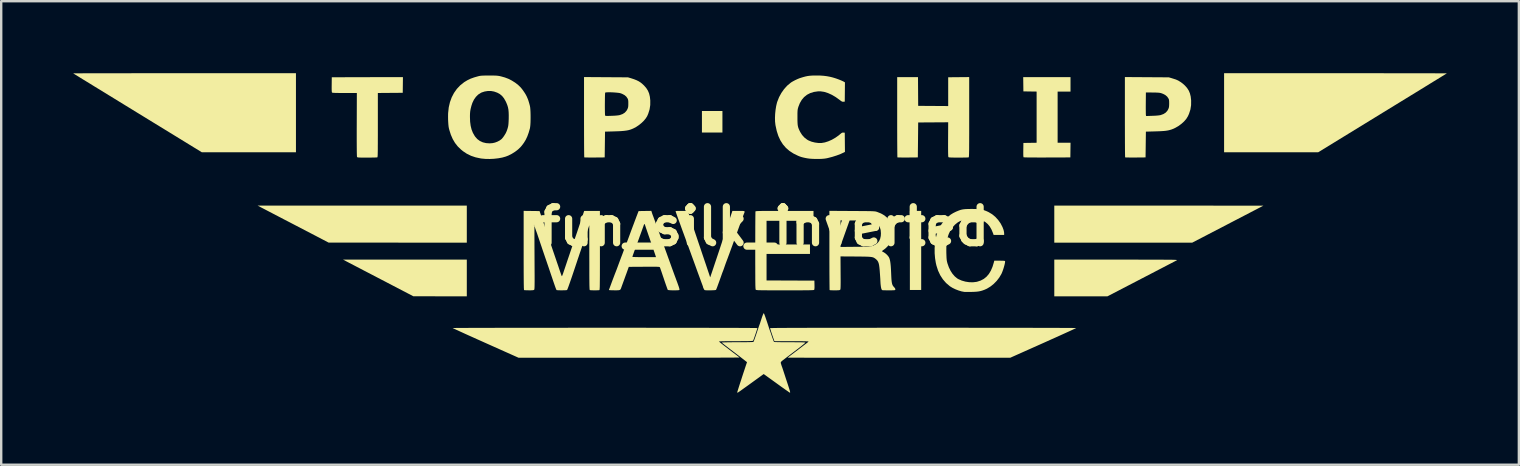
<source format=kicad_pcb>
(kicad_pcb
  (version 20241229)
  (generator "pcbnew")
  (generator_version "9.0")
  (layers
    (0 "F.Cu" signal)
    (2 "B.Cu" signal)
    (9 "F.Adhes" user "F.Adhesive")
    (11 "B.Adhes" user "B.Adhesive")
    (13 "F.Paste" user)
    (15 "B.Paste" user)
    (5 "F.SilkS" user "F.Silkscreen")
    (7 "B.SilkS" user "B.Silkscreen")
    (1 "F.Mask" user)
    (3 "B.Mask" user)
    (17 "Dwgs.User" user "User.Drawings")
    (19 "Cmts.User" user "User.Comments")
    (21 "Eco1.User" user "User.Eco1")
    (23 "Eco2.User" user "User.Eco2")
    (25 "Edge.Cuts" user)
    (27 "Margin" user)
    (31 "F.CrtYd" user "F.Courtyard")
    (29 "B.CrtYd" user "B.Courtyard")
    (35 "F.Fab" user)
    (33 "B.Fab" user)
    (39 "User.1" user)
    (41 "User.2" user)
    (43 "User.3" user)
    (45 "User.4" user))
  (footprint "fun_silk_inverted"
    (layer "F.Cu")
    (at 28.781 6.383)
    (property "Reference" "fun_silk_inverted" (at 0 0 0) (layer "F.SilkS") (effects (font (size 1.5 1.5) (thickness 0.3))))
    (attr board_only exclude_from_pos_files exclude_from_bom)
    (fp_poly (pts (xy -1.735 -4.361) (xy -1.735 -3.912) (xy -2.162 -3.912) (xy -2.589 -3.912) (xy -2.589 -4.361) (xy -2.589 -4.809) (xy -2.162 -4.809) (xy -1.735 -4.809)) (stroke (width 0) (type solid)) (fill yes) (layer "F.SilkS"))
    (fp_poly (pts (xy 6.545 1) (xy 6.545 2.647) (xy 6.31 2.647) (xy 6.074 2.647) (xy 6.074 1) (xy 6.074 -0.647) (xy 6.31 -0.647) (xy 6.545 -0.647)) (stroke (width 0) (type solid)) (fill yes) (layer "F.SilkS"))
    (fp_poly (pts (xy -12.384 -0.096) (xy -12.384 0.677) (xy -15.263 0.675) (xy -18.142 0.673) (xy -19.48 -0.024) (xy -19.668 -0.122) (xy -19.851 -0.217) (xy -20.027 -0.308) (xy -20.193 -0.395) (xy -20.349 -0.476) (xy -20.492 -0.551) (xy -20.619 -0.617) (xy -20.73 -0.675) (xy -20.822 -0.723) (xy -20.893 -0.76) (xy -20.941 -0.785) (xy -20.958 -0.794) (xy -21.098 -0.867) (xy -16.741 -0.867) (xy -12.384 -0.868)) (stroke (width 0) (type solid)) (fill yes) (layer "F.SilkS"))
    (fp_poly (pts (xy -12.384 2.147) (xy -12.384 2.912) (xy -13.498 2.911) (xy -14.612 2.909) (xy -15.95 2.212) (xy -16.138 2.114) (xy -16.32 2.019) (xy -16.495 1.928) (xy -16.661 1.842) (xy -16.815 1.761) (xy -16.956 1.688) (xy -17.082 1.622) (xy -17.192 1.565) (xy -17.282 1.518) (xy -17.351 1.482) (xy -17.397 1.458) (xy -17.414 1.449) (xy -17.539 1.383) (xy -14.961 1.383) (xy -12.384 1.383)) (stroke (width 0) (type solid)) (fill yes) (layer "F.SilkS"))
    (fp_poly (pts (xy 16.447 -0.867) (xy 20.804 -0.866) (xy 20.738 -0.832) (xy 20.716 -0.82) (xy 20.67 -0.796) (xy 20.601 -0.761) (xy 20.512 -0.714) (xy 20.403 -0.658) (xy 20.278 -0.593) (xy 20.137 -0.519) (xy 19.982 -0.439) (xy 19.815 -0.352) (xy 19.639 -0.261) (xy 19.454 -0.165) (xy 19.263 -0.065) (xy 19.253 -0.06) (xy 17.834 0.677) (xy 14.962 0.677) (xy 12.09 0.677) (xy 12.09 -0.096) (xy 12.09 -0.868)) (stroke (width 0) (type solid)) (fill yes) (layer "F.SilkS"))
    (fp_poly (pts (xy 12.766 -5.92) (xy 12.766 -5.618) (xy 12.498 -5.618) (xy 12.229 -5.618) (xy 12.229 -4.552) (xy 12.229 -3.486) (xy 12.498 -3.486) (xy 12.767 -3.486) (xy 12.763 -3.181) (xy 12.759 -2.875) (xy 11.795 -2.872) (xy 11.629 -2.871) (xy 11.472 -2.871) (xy 11.325 -2.872) (xy 11.192 -2.872) (xy 11.075 -2.873) (xy 10.977 -2.874) (xy 10.899 -2.876) (xy 10.845 -2.878) (xy 10.817 -2.879) (xy 10.813 -2.88) (xy 10.807 -2.892) (xy 10.802 -2.918) (xy 10.799 -2.963) (xy 10.798 -3.028) (xy 10.798 -3.119) (xy 10.799 -3.185) (xy 10.803 -3.478) (xy 11.078 -3.482) (xy 11.354 -3.486) (xy 11.354 -4.552) (xy 11.354 -5.618) (xy 11.078 -5.622) (xy 10.803 -5.626) (xy 10.799 -5.923) (xy 10.795 -6.221) (xy 11.78 -6.221) (xy 12.766 -6.221)) (stroke (width 0) (type solid)) (fill yes) (layer "F.SilkS"))
    (fp_poly (pts (xy 14.667 1.383) (xy 14.99 1.383) (xy 15.284 1.383) (xy 15.552 1.383) (xy 15.794 1.384) (xy 16.012 1.384) (xy 16.206 1.384) (xy 16.379 1.385) (xy 16.531 1.385) (xy 16.664 1.386) (xy 16.778 1.386) (xy 16.876 1.387) (xy 16.958 1.388) (xy 17.025 1.389) (xy 17.08 1.391) (xy 17.123 1.392) (xy 17.155 1.394) (xy 17.178 1.396) (xy 17.193 1.398) (xy 17.2 1.401) (xy 17.203 1.403) (xy 17.201 1.406) (xy 17.196 1.41) (xy 17.193 1.411) (xy 17.173 1.422) (xy 17.129 1.445) (xy 17.062 1.479) (xy 16.975 1.525) (xy 16.868 1.58) (xy 16.744 1.645) (xy 16.605 1.717) (xy 16.451 1.797) (xy 16.286 1.883) (xy 16.111 1.974) (xy 15.926 2.07) (xy 15.735 2.169) (xy 15.723 2.175) (xy 14.304 2.912) (xy 13.197 2.912) (xy 12.09 2.912) (xy 12.09 2.147) (xy 12.09 1.383)) (stroke (width 0) (type solid)) (fill yes) (layer "F.SilkS"))
    (fp_poly (pts (xy -19.502 -4.736) (xy -19.502 -3.089) (xy -21.462 -3.089) (xy -23.422 -3.089) (xy -26.099 -4.73) (xy -26.356 -4.888) (xy -26.606 -5.041) (xy -26.849 -5.19) (xy -27.083 -5.334) (xy -27.307 -5.471) (xy -27.519 -5.601) (xy -27.719 -5.724) (xy -27.906 -5.838) (xy -28.077 -5.944) (xy -28.233 -6.039) (xy -28.372 -6.124) (xy -28.492 -6.198) (xy -28.593 -6.261) (xy -28.674 -6.31) (xy -28.733 -6.347) (xy -28.769 -6.369) (xy -28.781 -6.377) (xy -28.767 -6.377) (xy -28.725 -6.378) (xy -28.656 -6.378) (xy -28.56 -6.379) (xy -28.439 -6.379) (xy -28.295 -6.38) (xy -28.127 -6.38) (xy -27.939 -6.38) (xy -27.729 -6.381) (xy -27.5 -6.381) (xy -27.253 -6.381) (xy -26.988 -6.382) (xy -26.707 -6.382) (xy -26.412 -6.382) (xy -26.102 -6.383) (xy -25.779 -6.383) (xy -25.445 -6.383) (xy -25.1 -6.383) (xy -24.746 -6.383) (xy -24.383 -6.383) (xy -24.145 -6.383) (xy -19.502 -6.383)) (stroke (width 0) (type solid)) (fill yes) (layer "F.SilkS"))
    (fp_poly (pts (xy 24.174 -6.383) (xy 24.534 -6.383) (xy 24.885 -6.383) (xy 25.226 -6.383) (xy 25.557 -6.383) (xy 25.875 -6.382) (xy 26.18 -6.382) (xy 26.47 -6.382) (xy 26.745 -6.382) (xy 27.004 -6.381) (xy 27.245 -6.381) (xy 27.467 -6.381) (xy 27.669 -6.38) (xy 27.851 -6.38) (xy 28.01 -6.379) (xy 28.146 -6.379) (xy 28.258 -6.379) (xy 28.345 -6.378) (xy 28.405 -6.378) (xy 28.437 -6.377) (xy 28.443 -6.377) (xy 28.43 -6.369) (xy 28.393 -6.346) (xy 28.334 -6.309) (xy 28.252 -6.259) (xy 28.151 -6.196) (xy 28.03 -6.122) (xy 27.89 -6.037) (xy 27.734 -5.941) (xy 27.562 -5.835) (xy 27.375 -5.72) (xy 27.175 -5.597) (xy 26.962 -5.467) (xy 26.738 -5.329) (xy 26.504 -5.186) (xy 26.261 -5.037) (xy 26.01 -4.883) (xy 25.76 -4.73) (xy 23.084 -3.089) (xy 21.124 -3.089) (xy 19.164 -3.089) (xy 19.164 -4.736) (xy 19.164 -6.383) (xy 23.807 -6.383)) (stroke (width 0) (type solid)) (fill yes) (layer "F.SilkS"))
    (fp_poly (pts (xy -15.049 -5.894) (xy -15.053 -5.567) (xy -15.572 -5.563) (xy -16.09 -5.559) (xy -16.09 -4.222) (xy -16.09 -3.992) (xy -16.09 -3.79) (xy -16.091 -3.614) (xy -16.091 -3.461) (xy -16.092 -3.332) (xy -16.092 -3.222) (xy -16.093 -3.132) (xy -16.095 -3.058) (xy -16.096 -3.001) (xy -16.098 -2.956) (xy -16.101 -2.924) (xy -16.103 -2.901) (xy -16.107 -2.887) (xy -16.11 -2.879) (xy -16.113 -2.877) (xy -16.134 -2.875) (xy -16.179 -2.872) (xy -16.247 -2.871) (xy -16.331 -2.869) (xy -16.428 -2.868) (xy -16.535 -2.868) (xy -16.539 -2.868) (xy -16.659 -2.868) (xy -16.752 -2.868) (xy -16.823 -2.869) (xy -16.874 -2.871) (xy -16.91 -2.874) (xy -16.933 -2.878) (xy -16.946 -2.884) (xy -16.954 -2.891) (xy -16.958 -2.897) (xy -16.961 -2.916) (xy -16.963 -2.96) (xy -16.965 -3.031) (xy -16.967 -3.128) (xy -16.968 -3.252) (xy -16.969 -3.403) (xy -16.97 -3.582) (xy -16.97 -3.79) (xy -16.97 -4.026) (xy -16.969 -4.243) (xy -16.965 -5.559) (xy -17.474 -5.559) (xy -17.615 -5.56) (xy -17.729 -5.56) (xy -17.818 -5.562) (xy -17.887 -5.563) (xy -17.936 -5.566) (xy -17.97 -5.569) (xy -17.991 -5.574) (xy -18 -5.579) (xy -18.001 -5.58) (xy -18.007 -5.6) (xy -18.011 -5.643) (xy -18.014 -5.711) (xy -18.014 -5.805) (xy -18.013 -5.907) (xy -18.009 -6.214) (xy -16.527 -6.218) (xy -15.045 -6.221)) (stroke (width 0) (type solid)) (fill yes) (layer "F.SilkS"))
    (fp_poly (pts (xy 8.545 -4.554) (xy 8.545 -4.295) (xy 8.545 -4.065) (xy 8.545 -3.86) (xy 8.544 -3.681) (xy 8.544 -3.524) (xy 8.543 -3.389) (xy 8.543 -3.274) (xy 8.542 -3.177) (xy 8.54 -3.098) (xy 8.539 -3.033) (xy 8.537 -2.982) (xy 8.535 -2.944) (xy 8.533 -2.915) (xy 8.53 -2.896) (xy 8.527 -2.884) (xy 8.524 -2.878) (xy 8.522 -2.877) (xy 8.501 -2.875) (xy 8.456 -2.872) (xy 8.389 -2.871) (xy 8.304 -2.869) (xy 8.207 -2.868) (xy 8.101 -2.868) (xy 8.097 -2.868) (xy 7.973 -2.868) (xy 7.876 -2.869) (xy 7.801 -2.871) (xy 7.748 -2.873) (xy 7.711 -2.877) (xy 7.689 -2.882) (xy 7.679 -2.888) (xy 7.679 -2.888) (xy 7.675 -2.903) (xy 7.671 -2.936) (xy 7.669 -2.989) (xy 7.667 -3.064) (xy 7.666 -3.163) (xy 7.665 -3.286) (xy 7.665 -3.435) (xy 7.666 -3.613) (xy 7.666 -3.624) (xy 7.67 -4.339) (xy 7.045 -4.335) (xy 6.42 -4.331) (xy 6.413 -3.603) (xy 6.405 -2.875) (xy 5.985 -2.871) (xy 5.877 -2.871) (xy 5.778 -2.871) (xy 5.693 -2.872) (xy 5.625 -2.873) (xy 5.578 -2.875) (xy 5.556 -2.877) (xy 5.555 -2.878) (xy 5.553 -2.893) (xy 5.552 -2.937) (xy 5.551 -3.006) (xy 5.55 -3.098) (xy 5.549 -3.213) (xy 5.548 -3.348) (xy 5.547 -3.501) (xy 5.546 -3.67) (xy 5.546 -3.854) (xy 5.545 -4.051) (xy 5.545 -4.258) (xy 5.545 -4.475) (xy 5.545 -4.554) (xy 5.545 -6.221) (xy 5.978 -6.221) (xy 6.412 -6.221) (xy 6.416 -5.622) (xy 6.42 -5.023) (xy 7.045 -5.019) (xy 7.67 -5.015) (xy 7.67 -5.614) (xy 7.67 -6.214) (xy 8.108 -6.218) (xy 8.545 -6.222)) (stroke (width 0) (type solid)) (fill yes) (layer "F.SilkS"))
    (fp_poly (pts (xy 2.059 -0.441) (xy 2.059 -0.235) (xy 1.081 -0.235) (xy 0.103 -0.235) (xy 0.103 0.257) (xy 0.103 0.75) (xy 1.007 0.75) (xy 1.912 0.75) (xy 1.912 0.949) (xy 1.912 1.147) (xy 1.007 1.147) (xy 0.103 1.147) (xy 0.103 1.699) (xy 0.103 2.25) (xy 1.099 2.254) (xy 2.096 2.258) (xy 2.1 2.439) (xy 2.101 2.534) (xy 2.097 2.599) (xy 2.09 2.636) (xy 2.087 2.642) (xy 2.08 2.645) (xy 2.065 2.649) (xy 2.039 2.652) (xy 2.002 2.654) (xy 1.951 2.656) (xy 1.884 2.658) (xy 1.801 2.659) (xy 1.698 2.66) (xy 1.574 2.661) (xy 1.428 2.661) (xy 1.257 2.662) (xy 1.06 2.662) (xy 0.874 2.662) (xy 0.657 2.662) (xy 0.467 2.662) (xy 0.303 2.662) (xy 0.163 2.661) (xy 0.044 2.66) (xy -0.054 2.659) (xy -0.134 2.658) (xy -0.198 2.657) (xy -0.248 2.655) (xy -0.285 2.652) (xy -0.311 2.649) (xy -0.329 2.646) (xy -0.34 2.642) (xy -0.345 2.639) (xy -0.348 2.633) (xy -0.351 2.622) (xy -0.354 2.605) (xy -0.357 2.579) (xy -0.359 2.544) (xy -0.361 2.496) (xy -0.363 2.436) (xy -0.364 2.361) (xy -0.365 2.27) (xy -0.366 2.161) (xy -0.366 2.033) (xy -0.367 1.883) (xy -0.367 1.71) (xy -0.368 1.513) (xy -0.368 1.291) (xy -0.368 1.04) (xy -0.368 1.008) (xy -0.368 0.792) (xy -0.367 0.585) (xy -0.367 0.388) (xy -0.366 0.202) (xy -0.366 0.03) (xy -0.365 -0.125) (xy -0.364 -0.264) (xy -0.363 -0.382) (xy -0.362 -0.48) (xy -0.361 -0.553) (xy -0.36 -0.602) (xy -0.359 -0.623) (xy -0.359 -0.624) (xy -0.355 -0.628) (xy -0.346 -0.632) (xy -0.33 -0.635) (xy -0.305 -0.638) (xy -0.269 -0.64) (xy -0.22 -0.642) (xy -0.157 -0.643) (xy -0.077 -0.645) (xy 0.021 -0.645) (xy 0.139 -0.646) (xy 0.279 -0.647) (xy 0.443 -0.647) (xy 0.632 -0.647) (xy 0.849 -0.647) (xy 0.855 -0.647) (xy 2.059 -0.647)) (stroke (width 0) (type solid)) (fill yes) (layer "F.SilkS"))
    (fp_poly (pts (xy 15.947 -6.217) (xy 16.862 -6.211) (xy 16.987 -6.174) (xy 17.051 -6.154) (xy 17.11 -6.135) (xy 17.155 -6.121) (xy 17.164 -6.117) (xy 17.251 -6.078) (xy 17.346 -6.02) (xy 17.442 -5.95) (xy 17.529 -5.872) (xy 17.532 -5.869) (xy 17.622 -5.767) (xy 17.691 -5.66) (xy 17.74 -5.543) (xy 17.773 -5.411) (xy 17.79 -5.259) (xy 17.791 -5.243) (xy 17.789 -5.051) (xy 17.76 -4.868) (xy 17.702 -4.69) (xy 17.655 -4.587) (xy 17.588 -4.479) (xy 17.495 -4.372) (xy 17.384 -4.272) (xy 17.26 -4.181) (xy 17.126 -4.104) (xy 16.989 -4.044) (xy 16.921 -4.023) (xy 16.862 -4.007) (xy 16.802 -3.995) (xy 16.737 -3.985) (xy 16.662 -3.977) (xy 16.572 -3.971) (xy 16.464 -3.965) (xy 16.332 -3.961) (xy 16.274 -3.959) (xy 15.906 -3.949) (xy 15.899 -3.412) (xy 15.892 -2.875) (xy 15.471 -2.871) (xy 15.363 -2.871) (xy 15.264 -2.871) (xy 15.179 -2.872) (xy 15.111 -2.873) (xy 15.064 -2.875) (xy 15.042 -2.877) (xy 15.041 -2.878) (xy 15.04 -2.893) (xy 15.039 -2.937) (xy 15.037 -3.006) (xy 15.036 -3.098) (xy 15.035 -3.213) (xy 15.034 -3.348) (xy 15.033 -3.501) (xy 15.033 -3.671) (xy 15.032 -3.854) (xy 15.032 -4.051) (xy 15.031 -4.258) (xy 15.031 -4.475) (xy 15.031 -4.556) (xy 15.031 -4.905) (xy 15.901 -4.905) (xy 15.902 -4.811) (xy 15.903 -4.733) (xy 15.904 -4.675) (xy 15.906 -4.641) (xy 15.907 -4.634) (xy 15.915 -4.599) (xy 16.175 -4.608) (xy 16.298 -4.613) (xy 16.4 -4.621) (xy 16.479 -4.631) (xy 16.523 -4.64) (xy 16.638 -4.682) (xy 16.729 -4.74) (xy 16.799 -4.816) (xy 16.837 -4.883) (xy 16.855 -4.925) (xy 16.866 -4.966) (xy 16.872 -5.013) (xy 16.875 -5.076) (xy 16.876 -5.118) (xy 16.875 -5.192) (xy 16.872 -5.244) (xy 16.866 -5.283) (xy 16.854 -5.315) (xy 16.845 -5.331) (xy 16.792 -5.408) (xy 16.72 -5.47) (xy 16.626 -5.521) (xy 16.563 -5.545) (xy 16.528 -5.556) (xy 16.491 -5.564) (xy 16.447 -5.57) (xy 16.39 -5.574) (xy 16.317 -5.577) (xy 16.22 -5.578) (xy 16.191 -5.579) (xy 15.906 -5.582) (xy 15.902 -5.126) (xy 15.901 -5.011) (xy 15.901 -4.905) (xy 15.031 -4.905) (xy 15.031 -6.223)) (stroke (width 0) (type solid)) (fill yes) (layer "F.SilkS"))
    (fp_poly (pts (xy -6.585 -6.217) (xy -5.67 -6.211) (xy -5.545 -6.174) (xy -5.416 -6.132) (xy -5.31 -6.09) (xy -5.22 -6.045) (xy -5.141 -5.994) (xy -5.065 -5.931) (xy -5 -5.87) (xy -4.909 -5.766) (xy -4.84 -5.657) (xy -4.79 -5.539) (xy -4.758 -5.405) (xy -4.741 -5.25) (xy -4.741 -5.249) (xy -4.742 -5.058) (xy -4.77 -4.874) (xy -4.827 -4.694) (xy -4.87 -4.595) (xy -4.927 -4.503) (xy -5.006 -4.407) (xy -5.102 -4.313) (xy -5.211 -4.224) (xy -5.327 -4.146) (xy -5.442 -4.085) (xy -5.511 -4.055) (xy -5.58 -4.03) (xy -5.652 -4.01) (xy -5.732 -3.995) (xy -5.824 -3.983) (xy -5.932 -3.973) (xy -6.059 -3.966) (xy -6.211 -3.961) (xy -6.258 -3.959) (xy -6.626 -3.949) (xy -6.633 -3.412) (xy -6.64 -2.875) (xy -7.061 -2.871) (xy -7.169 -2.871) (xy -7.268 -2.871) (xy -7.353 -2.872) (xy -7.421 -2.873) (xy -7.468 -2.875) (xy -7.49 -2.877) (xy -7.491 -2.878) (xy -7.492 -2.893) (xy -7.493 -2.937) (xy -7.495 -3.006) (xy -7.496 -3.098) (xy -7.497 -3.213) (xy -7.498 -3.348) (xy -7.499 -3.501) (xy -7.499 -3.671) (xy -7.5 -3.854) (xy -7.5 -4.051) (xy -7.501 -4.258) (xy -7.501 -4.475) (xy -7.501 -4.556) (xy -7.501 -5.066) (xy -6.633 -5.066) (xy -6.633 -4.964) (xy -6.632 -4.868) (xy -6.631 -4.781) (xy -6.629 -4.71) (xy -6.627 -4.657) (xy -6.624 -4.628) (xy -6.623 -4.625) (xy -6.618 -4.616) (xy -6.606 -4.609) (xy -6.584 -4.605) (xy -6.547 -4.604) (xy -6.492 -4.604) (xy -6.414 -4.606) (xy -6.355 -4.608) (xy -6.234 -4.613) (xy -6.132 -4.621) (xy -6.053 -4.631) (xy -6.009 -4.64) (xy -5.894 -4.682) (xy -5.803 -4.74) (xy -5.733 -4.816) (xy -5.694 -4.883) (xy -5.677 -4.925) (xy -5.665 -4.964) (xy -5.659 -5.01) (xy -5.656 -5.071) (xy -5.656 -5.118) (xy -5.656 -5.192) (xy -5.66 -5.245) (xy -5.667 -5.283) (xy -5.679 -5.315) (xy -5.687 -5.331) (xy -5.74 -5.408) (xy -5.812 -5.47) (xy -5.907 -5.521) (xy -5.966 -5.544) (xy -6.011 -5.556) (xy -6.074 -5.566) (xy -6.151 -5.574) (xy -6.236 -5.581) (xy -6.323 -5.586) (xy -6.408 -5.589) (xy -6.486 -5.589) (xy -6.55 -5.587) (xy -6.596 -5.582) (xy -6.619 -5.574) (xy -6.62 -5.573) (xy -6.623 -5.554) (xy -6.626 -5.509) (xy -6.628 -5.444) (xy -6.63 -5.363) (xy -6.631 -5.27) (xy -6.632 -5.169) (xy -6.633 -5.066) (xy -7.501 -5.066) (xy -7.501 -6.223)) (stroke (width 0) (type solid)) (fill yes) (layer "F.SilkS"))
    (fp_poly (pts (xy 7.057 4.221) (xy 7.481 4.221) (xy 7.897 4.221) (xy 8.303 4.221) (xy 8.699 4.222) (xy 9.083 4.222) (xy 9.456 4.222) (xy 9.815 4.223) (xy 10.16 4.223) (xy 10.49 4.223) (xy 10.804 4.224) (xy 11.101 4.224) (xy 11.38 4.225) (xy 11.641 4.225) (xy 11.881 4.226) (xy 12.101 4.227) (xy 12.3 4.227) (xy 12.475 4.228) (xy 12.627 4.229) (xy 12.755 4.229) (xy 12.857 4.23) (xy 12.933 4.231) (xy 12.981 4.232) (xy 13.001 4.232) (xy 13.002 4.232) (xy 12.988 4.24) (xy 12.95 4.258) (xy 12.889 4.287) (xy 12.805 4.326) (xy 12.703 4.373) (xy 12.582 4.428) (xy 12.445 4.49) (xy 12.293 4.559) (xy 12.129 4.633) (xy 11.954 4.711) (xy 11.77 4.794) (xy 11.628 4.858) (xy 10.254 5.471) (xy 5.62 5.471) (xy 5.253 5.471) (xy 4.893 5.471) (xy 4.542 5.471) (xy 4.201 5.471) (xy 3.871 5.471) (xy 3.553 5.471) (xy 3.248 5.47) (xy 2.958 5.47) (xy 2.683 5.47) (xy 2.424 5.47) (xy 2.183 5.469) (xy 1.961 5.469) (xy 1.759 5.469) (xy 1.577 5.468) (xy 1.418 5.468) (xy 1.282 5.468) (xy 1.17 5.467) (xy 1.083 5.467) (xy 1.023 5.466) (xy 0.991 5.466) (xy 0.985 5.466) (xy 0.996 5.455) (xy 1.026 5.431) (xy 1.07 5.397) (xy 1.114 5.365) (xy 1.168 5.324) (xy 1.239 5.271) (xy 1.32 5.209) (xy 1.405 5.145) (xy 1.478 5.089) (xy 1.555 5.03) (xy 1.629 4.973) (xy 1.695 4.923) (xy 1.748 4.883) (xy 1.782 4.857) (xy 1.783 4.856) (xy 1.821 4.826) (xy 1.846 4.802) (xy 1.853 4.792) (xy 1.839 4.789) (xy 1.798 4.787) (xy 1.734 4.785) (xy 1.648 4.783) (xy 1.544 4.782) (xy 1.426 4.781) (xy 1.294 4.78) (xy 1.153 4.78) (xy 1.142 4.78) (xy 0.43 4.78) (xy 0.4 4.695) (xy 0.373 4.618) (xy 0.345 4.536) (xy 0.318 4.455) (xy 0.293 4.38) (xy 0.273 4.315) (xy 0.258 4.267) (xy 0.251 4.24) (xy 0.25 4.237) (xy 0.261 4.235) (xy 0.293 4.234) (xy 0.347 4.233) (xy 0.423 4.232) (xy 0.522 4.23) (xy 0.644 4.229) (xy 0.789 4.228) (xy 0.958 4.227) (xy 1.151 4.227) (xy 1.368 4.226) (xy 1.61 4.225) (xy 1.877 4.224) (xy 2.17 4.224) (xy 2.488 4.223) (xy 2.833 4.223) (xy 3.204 4.222) (xy 3.602 4.222) (xy 4.027 4.222) (xy 4.48 4.222) (xy 4.961 4.221) (xy 5.47 4.221) (xy 6.008 4.221) (xy 6.575 4.221) (xy 6.626 4.221)) (stroke (width 0) (type solid)) (fill yes) (layer "F.SilkS"))
    (fp_poly (pts (xy 2.346 -6.285) (xy 2.488 -6.275) (xy 2.62 -6.258) (xy 2.751 -6.233) (xy 2.837 -6.212) (xy 2.914 -6.19) (xy 3.002 -6.162) (xy 3.093 -6.129) (xy 3.18 -6.095) (xy 3.255 -6.063) (xy 3.311 -6.035) (xy 3.323 -6.029) (xy 3.369 -6.001) (xy 3.365 -5.6) (xy 3.361 -5.199) (xy 3.305 -5.195) (xy 3.273 -5.195) (xy 3.243 -5.204) (xy 3.208 -5.225) (xy 3.158 -5.262) (xy 3.158 -5.263) (xy 2.989 -5.385) (xy 2.823 -5.483) (xy 2.66 -5.557) (xy 2.503 -5.606) (xy 2.353 -5.628) (xy 2.25 -5.628) (xy 2.077 -5.603) (xy 1.923 -5.555) (xy 1.787 -5.485) (xy 1.669 -5.391) (xy 1.57 -5.274) (xy 1.489 -5.135) (xy 1.43 -4.986) (xy 1.417 -4.943) (xy 1.407 -4.906) (xy 1.4 -4.869) (xy 1.395 -4.826) (xy 1.392 -4.774) (xy 1.39 -4.706) (xy 1.39 -4.617) (xy 1.39 -4.545) (xy 1.39 -4.425) (xy 1.393 -4.33) (xy 1.398 -4.252) (xy 1.407 -4.187) (xy 1.421 -4.129) (xy 1.441 -4.071) (xy 1.468 -4.009) (xy 1.504 -3.937) (xy 1.505 -3.934) (xy 1.583 -3.811) (xy 1.681 -3.702) (xy 1.794 -3.615) (xy 1.854 -3.581) (xy 1.979 -3.53) (xy 2.119 -3.495) (xy 2.263 -3.476) (xy 2.399 -3.477) (xy 2.4 -3.477) (xy 2.533 -3.5) (xy 2.676 -3.546) (xy 2.823 -3.611) (xy 2.968 -3.694) (xy 3.106 -3.791) (xy 3.193 -3.864) (xy 3.233 -3.895) (xy 3.266 -3.909) (xy 3.305 -3.909) (xy 3.361 -3.905) (xy 3.365 -3.505) (xy 3.369 -3.104) (xy 3.325 -3.082) (xy 3.185 -3.017) (xy 3.024 -2.956) (xy 2.848 -2.9) (xy 2.664 -2.852) (xy 2.596 -2.837) (xy 2.509 -2.824) (xy 2.401 -2.815) (xy 2.279 -2.811) (xy 2.15 -2.811) (xy 2.024 -2.815) (xy 1.906 -2.823) (xy 1.805 -2.836) (xy 1.794 -2.838) (xy 1.695 -2.857) (xy 1.617 -2.875) (xy 1.549 -2.893) (xy 1.483 -2.916) (xy 1.412 -2.945) (xy 1.223 -3.038) (xy 1.055 -3.147) (xy 0.91 -3.273) (xy 0.785 -3.418) (xy 0.68 -3.583) (xy 0.594 -3.769) (xy 0.527 -3.976) (xy 0.477 -4.207) (xy 0.472 -4.237) (xy 0.457 -4.372) (xy 0.454 -4.526) (xy 0.461 -4.689) (xy 0.478 -4.854) (xy 0.503 -5.011) (xy 0.536 -5.152) (xy 0.55 -5.196) (xy 0.624 -5.384) (xy 0.72 -5.56) (xy 0.833 -5.721) (xy 0.961 -5.863) (xy 1.102 -5.981) (xy 1.14 -6.008) (xy 1.208 -6.048) (xy 1.293 -6.093) (xy 1.383 -6.135) (xy 1.467 -6.17) (xy 1.508 -6.184) (xy 1.624 -6.22) (xy 1.724 -6.247) (xy 1.816 -6.266) (xy 1.909 -6.278) (xy 2.01 -6.285) (xy 2.128 -6.287) (xy 2.184 -6.287)) (stroke (width 0) (type solid)) (fill yes) (layer "F.SilkS"))
    (fp_poly (pts (xy -6.121 4.221) (xy -5.632 4.221) (xy -5.161 4.221) (xy -4.708 4.222) (xy -4.273 4.222) (xy -3.858 4.222) (xy -3.462 4.223) (xy -3.086 4.223) (xy -2.731 4.223) (xy -2.398 4.224) (xy -2.087 4.225) (xy -1.798 4.225) (xy -1.532 4.226) (xy -1.291 4.227) (xy -1.073 4.227) (xy -0.881 4.228) (xy -0.714 4.229) (xy -0.573 4.23) (xy -0.459 4.231) (xy -0.373 4.232) (xy -0.314 4.233) (xy -0.284 4.234) (xy -0.279 4.235) (xy -0.284 4.255) (xy -0.297 4.298) (xy -0.316 4.357) (xy -0.339 4.427) (xy -0.364 4.502) (xy -0.39 4.577) (xy -0.414 4.646) (xy -0.435 4.703) (xy -0.45 4.744) (xy -0.459 4.761) (xy -0.468 4.766) (xy -0.49 4.769) (xy -0.527 4.773) (xy -0.581 4.775) (xy -0.653 4.777) (xy -0.746 4.778) (xy -0.863 4.779) (xy -1.004 4.78) (xy -1.173 4.78) (xy -1.18 4.78) (xy -1.337 4.78) (xy -1.478 4.781) (xy -1.601 4.782) (xy -1.704 4.784) (xy -1.786 4.786) (xy -1.843 4.789) (xy -1.875 4.791) (xy -1.88 4.793) (xy -1.867 4.806) (xy -1.835 4.833) (xy -1.785 4.873) (xy -1.722 4.923) (xy -1.649 4.979) (xy -1.603 5.014) (xy -1.472 5.115) (xy -1.362 5.199) (xy -1.271 5.268) (xy -1.198 5.324) (xy -1.141 5.367) (xy -1.098 5.401) (xy -1.066 5.425) (xy -1.045 5.442) (xy -1.031 5.452) (xy -1.024 5.458) (xy -1.023 5.459) (xy -1.036 5.46) (xy -1.078 5.461) (xy -1.147 5.462) (xy -1.242 5.463) (xy -1.362 5.464) (xy -1.506 5.464) (xy -1.672 5.465) (xy -1.861 5.466) (xy -2.07 5.467) (xy -2.298 5.467) (xy -2.544 5.468) (xy -2.808 5.469) (xy -3.088 5.469) (xy -3.383 5.469) (xy -3.692 5.47) (xy -4.014 5.47) (xy -4.347 5.47) (xy -4.691 5.471) (xy -5.045 5.471) (xy -5.407 5.471) (xy -5.619 5.471) (xy -10.229 5.47) (xy -11.601 4.857) (xy -11.79 4.772) (xy -11.972 4.691) (xy -12.144 4.613) (xy -12.305 4.541) (xy -12.453 4.474) (xy -12.586 4.413) (xy -12.702 4.36) (xy -12.8 4.315) (xy -12.877 4.279) (xy -12.933 4.253) (xy -12.965 4.237) (xy -12.972 4.232) (xy -12.958 4.232) (xy -12.915 4.231) (xy -12.844 4.23) (xy -12.747 4.229) (xy -12.624 4.229) (xy -12.477 4.228) (xy -12.306 4.227) (xy -12.112 4.227) (xy -11.896 4.226) (xy -11.659 4.226) (xy -11.403 4.225) (xy -11.127 4.224) (xy -10.834 4.224) (xy -10.523 4.223) (xy -10.196 4.223) (xy -9.854 4.223) (xy -9.498 4.222) (xy -9.128 4.222) (xy -8.746 4.222) (xy -8.353 4.222) (xy -7.949 4.221) (xy -7.536 4.221) (xy -7.114 4.221) (xy -6.685 4.221) (xy -6.626 4.221)) (stroke (width 0) (type solid)) (fill yes) (layer "F.SilkS"))
    (fp_poly (pts (xy 8.786 -0.727) (xy 8.901 -0.722) (xy 8.999 -0.712) (xy 9.085 -0.697) (xy 9.165 -0.675) (xy 9.245 -0.646) (xy 9.331 -0.607) (xy 9.361 -0.592) (xy 9.502 -0.507) (xy 9.634 -0.398) (xy 9.752 -0.269) (xy 9.853 -0.126) (xy 9.932 0.026) (xy 9.974 0.138) (xy 9.989 0.198) (xy 9.999 0.257) (xy 10.001 0.29) (xy 10.001 0.353) (xy 9.782 0.353) (xy 9.562 0.353) (xy 9.538 0.283) (xy 9.475 0.131) (xy 9.402 0.004) (xy 9.317 -0.1) (xy 9.216 -0.184) (xy 9.096 -0.25) (xy 8.954 -0.302) (xy 8.92 -0.311) (xy 8.867 -0.321) (xy 8.793 -0.327) (xy 8.707 -0.33) (xy 8.617 -0.331) (xy 8.531 -0.328) (xy 8.457 -0.322) (xy 8.404 -0.313) (xy 8.398 -0.311) (xy 8.259 -0.263) (xy 8.137 -0.208) (xy 8.06 -0.162) (xy 7.947 -0.069) (xy 7.845 0.046) (xy 7.759 0.176) (xy 7.693 0.316) (xy 7.67 0.382) (xy 7.654 0.437) (xy 7.639 0.487) (xy 7.632 0.509) (xy 7.614 0.589) (xy 7.601 0.695) (xy 7.594 0.826) (xy 7.592 0.979) (xy 7.593 1.11) (xy 7.597 1.216) (xy 7.6 1.298) (xy 7.605 1.363) (xy 7.611 1.416) (xy 7.62 1.463) (xy 7.632 1.511) (xy 7.639 1.537) (xy 7.696 1.699) (xy 7.767 1.846) (xy 7.851 1.975) (xy 7.946 2.083) (xy 8.048 2.167) (xy 8.097 2.196) (xy 8.235 2.256) (xy 8.386 2.299) (xy 8.544 2.323) (xy 8.699 2.327) (xy 8.844 2.31) (xy 8.876 2.303) (xy 9.023 2.255) (xy 9.153 2.186) (xy 9.266 2.095) (xy 9.364 1.981) (xy 9.447 1.843) (xy 9.517 1.68) (xy 9.574 1.492) (xy 9.575 1.489) (xy 9.59 1.427) (xy 9.81 1.427) (xy 9.897 1.428) (xy 9.966 1.43) (xy 10.014 1.435) (xy 10.037 1.44) (xy 10.038 1.442) (xy 10.041 1.467) (xy 10.035 1.515) (xy 10.022 1.579) (xy 10.002 1.655) (xy 9.979 1.736) (xy 9.952 1.817) (xy 9.924 1.893) (xy 9.897 1.958) (xy 9.887 1.978) (xy 9.799 2.128) (xy 9.69 2.269) (xy 9.565 2.396) (xy 9.428 2.505) (xy 9.285 2.592) (xy 9.19 2.635) (xy 9.104 2.667) (xy 9.026 2.69) (xy 8.95 2.706) (xy 8.866 2.717) (xy 8.768 2.724) (xy 8.649 2.728) (xy 8.648 2.728) (xy 8.56 2.729) (xy 8.479 2.729) (xy 8.41 2.729) (xy 8.361 2.728) (xy 8.339 2.727) (xy 8.223 2.705) (xy 8.095 2.666) (xy 7.966 2.616) (xy 7.846 2.557) (xy 7.744 2.494) (xy 7.736 2.488) (xy 7.582 2.357) (xy 7.45 2.205) (xy 7.338 2.033) (xy 7.248 1.841) (xy 7.18 1.629) (xy 7.155 1.522) (xy 7.123 1.323) (xy 7.106 1.117) (xy 7.105 0.909) (xy 7.119 0.706) (xy 7.147 0.513) (xy 7.19 0.338) (xy 7.217 0.257) (xy 7.298 0.069) (xy 7.394 -0.097) (xy 7.507 -0.247) (xy 7.58 -0.325) (xy 7.677 -0.416) (xy 7.774 -0.492) (xy 7.878 -0.556) (xy 7.997 -0.615) (xy 8.111 -0.662) (xy 8.175 -0.685) (xy 8.24 -0.702) (xy 8.311 -0.714) (xy 8.393 -0.722) (xy 8.492 -0.726) (xy 8.614 -0.728) (xy 8.648 -0.728)) (stroke (width 0) (type solid)) (fill yes) (layer "F.SilkS"))
    (fp_poly (pts (xy -11.331 -6.287) (xy -11.236 -6.285) (xy -11.158 -6.282) (xy -11.09 -6.276) (xy -11.026 -6.266) (xy -10.961 -6.251) (xy -10.888 -6.231) (xy -10.8 -6.206) (xy -10.795 -6.204) (xy -10.656 -6.152) (xy -10.512 -6.079) (xy -10.372 -5.991) (xy -10.245 -5.893) (xy -10.142 -5.793) (xy -10.089 -5.729) (xy -10.031 -5.651) (xy -9.975 -5.568) (xy -9.926 -5.488) (xy -9.89 -5.419) (xy -9.882 -5.402) (xy -9.862 -5.355) (xy -9.845 -5.315) (xy -9.84 -5.302) (xy -9.823 -5.258) (xy -9.803 -5.192) (xy -9.779 -5.111) (xy -9.756 -5.023) (xy -9.745 -4.964) (xy -9.737 -4.881) (xy -9.731 -4.781) (xy -9.728 -4.669) (xy -9.727 -4.552) (xy -9.728 -4.434) (xy -9.731 -4.322) (xy -9.737 -4.222) (xy -9.746 -4.14) (xy -9.756 -4.081) (xy -9.808 -3.902) (xy -9.865 -3.746) (xy -9.93 -3.608) (xy -10.007 -3.482) (xy -10.097 -3.362) (xy -10.147 -3.304) (xy -10.249 -3.206) (xy -10.373 -3.111) (xy -10.51 -3.025) (xy -10.654 -2.952) (xy -10.763 -2.91) (xy -10.908 -2.869) (xy -11.073 -2.839) (xy -11.249 -2.819) (xy -11.43 -2.81) (xy -11.606 -2.813) (xy -11.771 -2.828) (xy -11.81 -2.834) (xy -12.02 -2.879) (xy -12.209 -2.943) (xy -12.383 -3.028) (xy -12.545 -3.136) (xy -12.627 -3.203) (xy -12.762 -3.334) (xy -12.876 -3.479) (xy -12.971 -3.641) (xy -13.05 -3.822) (xy -13.114 -4.025) (xy -13.132 -4.096) (xy -13.143 -4.16) (xy -13.152 -4.246) (xy -13.159 -4.348) (xy -13.164 -4.459) (xy -13.165 -4.556) (xy -12.253 -4.556) (xy -12.246 -4.363) (xy -12.224 -4.193) (xy -12.186 -4.039) (xy -12.131 -3.9) (xy -12.057 -3.771) (xy -12.036 -3.74) (xy -11.948 -3.64) (xy -11.841 -3.561) (xy -11.718 -3.504) (xy -11.581 -3.471) (xy -11.433 -3.461) (xy -11.307 -3.471) (xy -11.209 -3.494) (xy -11.11 -3.531) (xy -11.018 -3.579) (xy -10.944 -3.633) (xy -10.92 -3.656) (xy -10.866 -3.722) (xy -10.813 -3.8) (xy -10.765 -3.879) (xy -10.732 -3.949) (xy -10.731 -3.952) (xy -10.702 -4.029) (xy -10.681 -4.095) (xy -10.665 -4.157) (xy -10.654 -4.221) (xy -10.647 -4.295) (xy -10.642 -4.384) (xy -10.638 -4.493) (xy -10.637 -4.639) (xy -10.641 -4.763) (xy -10.651 -4.87) (xy -10.67 -4.966) (xy -10.698 -5.057) (xy -10.736 -5.151) (xy -10.767 -5.217) (xy -10.837 -5.339) (xy -10.915 -5.436) (xy -11.007 -5.513) (xy -11.117 -5.573) (xy -11.25 -5.62) (xy -11.251 -5.62) (xy -11.375 -5.642) (xy -11.508 -5.642) (xy -11.641 -5.621) (xy -11.767 -5.58) (xy -11.802 -5.563) (xy -11.91 -5.493) (xy -12.005 -5.398) (xy -12.087 -5.282) (xy -12.152 -5.147) (xy -12.191 -5.029) (xy -12.216 -4.933) (xy -12.233 -4.855) (xy -12.244 -4.784) (xy -12.25 -4.712) (xy -12.253 -4.627) (xy -12.253 -4.556) (xy -13.165 -4.556) (xy -13.165 -4.572) (xy -13.164 -4.679) (xy -13.161 -4.736) (xy -13.136 -4.963) (xy -13.086 -5.178) (xy -13.013 -5.378) (xy -12.917 -5.562) (xy -12.799 -5.729) (xy -12.661 -5.876) (xy -12.501 -6.004) (xy -12.477 -6.02) (xy -12.354 -6.094) (xy -12.224 -6.156) (xy -12.079 -6.208) (xy -11.914 -6.255) (xy -11.898 -6.259) (xy -11.856 -6.269) (xy -11.81 -6.276) (xy -11.757 -6.281) (xy -11.691 -6.284) (xy -11.607 -6.286) (xy -11.5 -6.287) (xy -11.45 -6.287)) (stroke (width 0) (type solid)) (fill yes) (layer "F.SilkS"))
    (fp_poly (pts (xy -0.898 -0.646) (xy -0.85 -0.642) (xy -0.822 -0.634) (xy -0.811 -0.62) (xy -0.812 -0.598) (xy -0.823 -0.566) (xy -0.837 -0.532) (xy -0.844 -0.514) (xy -0.851 -0.496) (xy -0.859 -0.477) (xy -0.868 -0.453) (xy -0.879 -0.424) (xy -0.893 -0.386) (xy -0.91 -0.339) (xy -0.932 -0.279) (xy -0.96 -0.204) (xy -0.993 -0.113) (xy -1.033 -0.004) (xy -1.08 0.126) (xy -1.136 0.279) (xy -1.2 0.457) (xy -1.221 0.515) (xy -1.275 0.663) (xy -1.326 0.804) (xy -1.374 0.934) (xy -1.417 1.052) (xy -1.454 1.155) (xy -1.486 1.239) (xy -1.509 1.303) (xy -1.525 1.345) (xy -1.531 1.36) (xy -1.541 1.387) (xy -1.559 1.434) (xy -1.582 1.496) (xy -1.607 1.564) (xy -1.631 1.633) (xy -1.653 1.696) (xy -1.669 1.743) (xy -1.686 1.791) (xy -1.708 1.85) (xy -1.721 1.883) (xy -1.743 1.939) (xy -1.763 1.996) (xy -1.773 2.022) (xy -1.786 2.062) (xy -1.807 2.12) (xy -1.831 2.186) (xy -1.843 2.221) (xy -1.872 2.301) (xy -1.905 2.391) (xy -1.935 2.473) (xy -1.942 2.493) (xy -1.964 2.552) (xy -1.984 2.602) (xy -1.999 2.635) (xy -2.004 2.644) (xy -2.023 2.65) (xy -2.065 2.655) (xy -2.124 2.659) (xy -2.193 2.661) (xy -2.266 2.663) (xy -2.338 2.662) (xy -2.401 2.661) (xy -2.449 2.657) (xy -2.477 2.652) (xy -2.479 2.651) (xy -2.495 2.631) (xy -2.515 2.595) (xy -2.533 2.556) (xy -2.544 2.525) (xy -2.544 2.518) (xy -2.549 2.498) (xy -2.563 2.46) (xy -2.573 2.432) (xy -2.583 2.405) (xy -2.603 2.352) (xy -2.63 2.278) (xy -2.664 2.185) (xy -2.704 2.076) (xy -2.749 1.954) (xy -2.797 1.822) (xy -2.847 1.683) (xy -2.86 1.647) (xy -2.922 1.476) (xy -2.975 1.331) (xy -3.02 1.208) (xy -3.057 1.105) (xy -3.088 1.019) (xy -3.114 0.948) (xy -3.135 0.89) (xy -3.153 0.841) (xy -3.168 0.8) (xy -3.182 0.763) (xy -3.194 0.729) (xy -3.207 0.695) (xy -3.24 0.606) (xy -3.268 0.53) (xy -3.297 0.45) (xy -3.306 0.427) (xy -3.338 0.338) (xy -3.375 0.239) (xy -3.414 0.132) (xy -3.454 0.021) (xy -3.494 -0.09) (xy -3.533 -0.197) (xy -3.57 -0.297) (xy -3.602 -0.386) (xy -3.628 -0.46) (xy -3.648 -0.516) (xy -3.66 -0.55) (xy -3.662 -0.557) (xy -3.675 -0.596) (xy -3.684 -0.621) (xy -3.686 -0.631) (xy -3.681 -0.637) (xy -3.664 -0.642) (xy -3.632 -0.645) (xy -3.581 -0.646) (xy -3.507 -0.647) (xy -3.438 -0.647) (xy -3.181 -0.647) (xy -3.143 -0.541) (xy -3.129 -0.502) (xy -3.108 -0.439) (xy -3.08 -0.356) (xy -3.046 -0.257) (xy -3.009 -0.147) (xy -2.969 -0.029) (xy -2.935 0.074) (xy -2.894 0.196) (xy -2.846 0.34) (xy -2.792 0.5) (xy -2.734 0.672) (xy -2.674 0.848) (xy -2.615 1.024) (xy -2.558 1.194) (xy -2.521 1.302) (xy -2.474 1.442) (xy -2.428 1.576) (xy -2.387 1.699) (xy -2.35 1.81) (xy -2.318 1.905) (xy -2.292 1.981) (xy -2.274 2.037) (xy -2.264 2.067) (xy -2.263 2.071) (xy -2.252 2.103) (xy -2.244 2.116) (xy -2.244 2.116) (xy -2.238 2.101) (xy -2.224 2.061) (xy -2.203 1.996) (xy -2.173 1.91) (xy -2.137 1.802) (xy -2.095 1.677) (xy -2.048 1.535) (xy -1.995 1.378) (xy -1.938 1.208) (xy -1.878 1.028) (xy -1.815 0.838) (xy -1.78 0.732) (xy -1.32 -0.647) (xy -1.065 -0.647) (xy -0.968 -0.647)) (stroke (width 0) (type solid)) (fill yes) (layer "F.SilkS"))
    (fp_poly (pts (xy 3.666 -0.643) (xy 3.856 -0.642) (xy 4.019 -0.641) (xy 4.157 -0.64) (xy 4.273 -0.639) (xy 4.369 -0.637) (xy 4.448 -0.636) (xy 4.51 -0.634) (xy 4.56 -0.631) (xy 4.599 -0.628) (xy 4.63 -0.625) (xy 4.655 -0.62) (xy 4.676 -0.615) (xy 4.695 -0.609) (xy 4.706 -0.606) (xy 4.871 -0.54) (xy 5.009 -0.461) (xy 5.122 -0.367) (xy 5.21 -0.257) (xy 5.275 -0.131) (xy 5.317 0.012) (xy 5.337 0.174) (xy 5.339 0.246) (xy 5.328 0.416) (xy 5.294 0.566) (xy 5.237 0.7) (xy 5.157 0.817) (xy 5.052 0.92) (xy 4.994 0.964) (xy 4.953 0.993) (xy 4.923 1.018) (xy 4.912 1.031) (xy 4.924 1.043) (xy 4.955 1.062) (xy 4.976 1.072) (xy 5.04 1.112) (xy 5.105 1.167) (xy 5.162 1.228) (xy 5.202 1.286) (xy 5.204 1.29) (xy 5.225 1.34) (xy 5.242 1.4) (xy 5.257 1.475) (xy 5.269 1.566) (xy 5.279 1.677) (xy 5.287 1.812) (xy 5.293 1.941) (xy 5.299 2.077) (xy 5.305 2.187) (xy 5.313 2.275) (xy 5.323 2.344) (xy 5.335 2.399) (xy 5.352 2.443) (xy 5.372 2.479) (xy 5.398 2.511) (xy 5.416 2.53) (xy 5.454 2.576) (xy 5.47 2.615) (xy 5.463 2.643) (xy 5.448 2.653) (xy 5.425 2.656) (xy 5.378 2.659) (xy 5.315 2.661) (xy 5.241 2.662) (xy 5.162 2.662) (xy 5.085 2.661) (xy 5.016 2.66) (xy 4.962 2.658) (xy 4.928 2.655) (xy 4.921 2.653) (xy 4.899 2.63) (xy 4.88 2.579) (xy 4.865 2.501) (xy 4.853 2.4) (xy 4.846 2.287) (xy 4.842 2.197) (xy 4.835 2.09) (xy 4.827 1.975) (xy 4.819 1.865) (xy 4.816 1.824) (xy 4.804 1.704) (xy 4.791 1.61) (xy 4.774 1.536) (xy 4.752 1.477) (xy 4.724 1.429) (xy 4.687 1.388) (xy 4.658 1.362) (xy 4.628 1.338) (xy 4.6 1.319) (xy 4.571 1.302) (xy 4.539 1.289) (xy 4.5 1.279) (xy 4.451 1.271) (xy 4.391 1.265) (xy 4.314 1.261) (xy 4.22 1.258) (xy 4.105 1.256) (xy 3.966 1.254) (xy 3.817 1.253) (xy 3.184 1.249) (xy 3.188 1.932) (xy 3.189 2.093) (xy 3.19 2.227) (xy 3.19 2.337) (xy 3.189 2.425) (xy 3.188 2.493) (xy 3.186 2.545) (xy 3.184 2.583) (xy 3.181 2.609) (xy 3.177 2.625) (xy 3.171 2.636) (xy 3.169 2.639) (xy 3.154 2.648) (xy 3.129 2.655) (xy 3.09 2.659) (xy 3.031 2.661) (xy 2.948 2.662) (xy 2.943 2.662) (xy 2.869 2.661) (xy 2.805 2.66) (xy 2.758 2.657) (xy 2.733 2.653) (xy 2.731 2.652) (xy 2.729 2.637) (xy 2.728 2.593) (xy 2.727 2.524) (xy 2.726 2.432) (xy 2.725 2.317) (xy 2.724 2.182) (xy 2.723 2.03) (xy 2.722 1.861) (xy 2.722 1.677) (xy 2.721 1.481) (xy 2.721 1.274) (xy 2.721 1.059) (xy 2.721 0.997) (xy 2.721 0.302) (xy 3.184 0.302) (xy 3.184 0.855) (xy 3.802 0.849) (xy 3.954 0.848) (xy 4.081 0.846) (xy 4.183 0.845) (xy 4.266 0.843) (xy 4.331 0.84) (xy 4.381 0.837) (xy 4.421 0.833) (xy 4.452 0.829) (xy 4.478 0.823) (xy 4.501 0.816) (xy 4.508 0.814) (xy 4.625 0.764) (xy 4.718 0.698) (xy 4.788 0.616) (xy 4.835 0.516) (xy 4.862 0.397) (xy 4.868 0.285) (xy 4.857 0.152) (xy 4.823 0.038) (xy 4.766 -0.058) (xy 4.686 -0.138) (xy 4.581 -0.201) (xy 4.576 -0.204) (xy 4.493 -0.243) (xy 3.839 -0.247) (xy 3.184 -0.252) (xy 3.184 0.302) (xy 2.721 0.302) (xy 2.721 -0.649)) (stroke (width 0) (type solid)) (fill yes) (layer "F.SilkS"))
    (fp_poly (pts (xy 0.001 3.638) (xy 0.021 3.687) (xy 0.049 3.762) (xy 0.084 3.864) (xy 0.127 3.99) (xy 0.171 4.125) (xy 0.196 4.201) (xy 0.218 4.268) (xy 0.236 4.321) (xy 0.248 4.355) (xy 0.251 4.361) (xy 0.26 4.385) (xy 0.276 4.431) (xy 0.297 4.493) (xy 0.321 4.566) (xy 0.331 4.596) (xy 0.357 4.669) (xy 0.38 4.733) (xy 0.4 4.781) (xy 0.413 4.809) (xy 0.417 4.813) (xy 0.435 4.815) (xy 0.479 4.817) (xy 0.546 4.819) (xy 0.634 4.821) (xy 0.739 4.822) (xy 0.857 4.823) (xy 0.987 4.824) (xy 1.077 4.824) (xy 1.238 4.824) (xy 1.372 4.825) (xy 1.48 4.826) (xy 1.565 4.827) (xy 1.629 4.829) (xy 1.675 4.832) (xy 1.704 4.835) (xy 1.718 4.839) (xy 1.72 4.842) (xy 1.709 4.856) (xy 1.676 4.884) (xy 1.626 4.926) (xy 1.561 4.978) (xy 1.484 5.039) (xy 1.397 5.106) (xy 1.352 5.14) (xy 1.255 5.214) (xy 1.159 5.287) (xy 1.069 5.356) (xy 0.989 5.417) (xy 0.922 5.467) (xy 0.874 5.504) (xy 0.865 5.511) (xy 0.796 5.563) (xy 0.747 5.602) (xy 0.716 5.631) (xy 0.699 5.655) (xy 0.695 5.679) (xy 0.699 5.705) (xy 0.71 5.74) (xy 0.712 5.747) (xy 0.728 5.798) (xy 0.743 5.841) (xy 0.751 5.861) (xy 0.762 5.892) (xy 0.777 5.938) (xy 0.786 5.964) (xy 0.797 5.997) (xy 0.815 6.053) (xy 0.84 6.129) (xy 0.87 6.22) (xy 0.903 6.322) (xy 0.939 6.431) (xy 0.949 6.461) (xy 0.991 6.588) (xy 1.024 6.69) (xy 1.049 6.769) (xy 1.067 6.829) (xy 1.079 6.872) (xy 1.084 6.9) (xy 1.085 6.917) (xy 1.082 6.925) (xy 1.076 6.927) (xy 1.062 6.919) (xy 1.026 6.895) (xy 0.972 6.857) (xy 0.901 6.808) (xy 0.816 6.747) (xy 0.719 6.679) (xy 0.614 6.603) (xy 0.524 6.538) (xy -0.016 6.149) (xy -0.232 6.306) (xy -0.403 6.429) (xy -0.552 6.537) (xy -0.679 6.629) (xy -0.787 6.706) (xy -0.876 6.77) (xy -0.948 6.822) (xy -1.005 6.862) (xy -1.048 6.892) (xy -1.078 6.912) (xy -1.096 6.923) (xy -1.105 6.927) (xy -1.105 6.927) (xy -1.117 6.916) (xy -1.118 6.909) (xy -1.114 6.891) (xy -1.101 6.849) (xy -1.081 6.785) (xy -1.056 6.704) (xy -1.025 6.607) (xy -0.99 6.499) (xy -0.952 6.383) (xy -0.913 6.261) (xy -0.873 6.139) (xy -0.832 6.017) (xy -0.794 5.901) (xy -0.766 5.816) (xy -0.711 5.654) (xy -0.777 5.603) (xy -0.824 5.566) (xy -0.88 5.522) (xy -0.927 5.486) (xy -0.961 5.459) (xy -1.002 5.428) (xy -1.05 5.39) (xy -1.11 5.345) (xy -1.183 5.289) (xy -1.271 5.222) (xy -1.378 5.141) (xy -1.505 5.044) (xy -1.529 5.025) (xy -1.6 4.971) (xy -1.662 4.922) (xy -1.713 4.882) (xy -1.747 4.853) (xy -1.762 4.838) (xy -1.762 4.838) (xy -1.749 4.835) (xy -1.709 4.832) (xy -1.642 4.829) (xy -1.552 4.827) (xy -1.439 4.825) (xy -1.306 4.824) (xy -1.155 4.824) (xy -1.115 4.824) (xy -0.979 4.824) (xy -0.852 4.823) (xy -0.737 4.822) (xy -0.636 4.82) (xy -0.554 4.818) (xy -0.493 4.816) (xy -0.456 4.814) (xy -0.446 4.812) (xy -0.436 4.796) (xy -0.419 4.755) (xy -0.396 4.695) (xy -0.369 4.618) (xy -0.338 4.529) (xy -0.316 4.463) (xy -0.284 4.367) (xy -0.255 4.28) (xy -0.229 4.204) (xy -0.209 4.145) (xy -0.196 4.108) (xy -0.191 4.096) (xy -0.18 4.067) (xy -0.164 4.02) (xy -0.149 3.971) (xy -0.111 3.854) (xy -0.079 3.758) (xy -0.052 3.686) (xy -0.031 3.638) (xy -0.016 3.616) (xy -0.011 3.616)) (stroke (width 0) (type solid)) (fill yes) (layer "F.SilkS"))
    (fp_poly (pts (xy -4.677 -0.585) (xy -4.659 -0.529) (xy -4.638 -0.47) (xy -4.632 -0.456) (xy -4.614 -0.408) (xy -4.596 -0.359) (xy -4.577 -0.306) (xy -4.555 -0.246) (xy -4.528 -0.174) (xy -4.497 -0.088) (xy -4.459 0.017) (xy -4.413 0.144) (xy -4.383 0.228) (xy -4.343 0.34) (xy -4.305 0.445) (xy -4.271 0.54) (xy -4.242 0.62) (xy -4.219 0.683) (xy -4.204 0.723) (xy -4.2 0.735) (xy -4.184 0.779) (xy -4.163 0.835) (xy -4.151 0.868) (xy -4.138 0.901) (xy -4.118 0.959) (xy -4.09 1.035) (xy -4.056 1.128) (xy -4.019 1.232) (xy -3.979 1.343) (xy -3.956 1.405) (xy -3.916 1.517) (xy -3.878 1.622) (xy -3.844 1.717) (xy -3.815 1.797) (xy -3.792 1.859) (xy -3.778 1.9) (xy -3.773 1.912) (xy -3.757 1.956) (xy -3.737 2.011) (xy -3.725 2.044) (xy -3.701 2.108) (xy -3.675 2.177) (xy -3.665 2.206) (xy -3.619 2.329) (xy -3.584 2.427) (xy -3.557 2.503) (xy -3.539 2.56) (xy -3.529 2.601) (xy -3.525 2.627) (xy -3.526 2.643) (xy -3.531 2.648) (xy -3.555 2.655) (xy -3.601 2.659) (xy -3.663 2.661) (xy -3.734 2.662) (xy -3.808 2.662) (xy -3.879 2.66) (xy -3.941 2.656) (xy -3.986 2.651) (xy -4.01 2.645) (xy -4.011 2.644) (xy -4.019 2.626) (xy -4.036 2.583) (xy -4.058 2.52) (xy -4.087 2.439) (xy -4.12 2.344) (xy -4.156 2.239) (xy -4.176 2.177) (xy -4.214 2.067) (xy -4.248 1.965) (xy -4.279 1.874) (xy -4.305 1.8) (xy -4.325 1.743) (xy -4.338 1.71) (xy -4.341 1.702) (xy -4.346 1.696) (xy -4.355 1.691) (xy -4.371 1.687) (xy -4.396 1.684) (xy -4.433 1.681) (xy -4.485 1.68) (xy -4.554 1.679) (xy -4.643 1.679) (xy -4.755 1.679) (xy -4.892 1.68) (xy -4.995 1.68) (xy -5.636 1.684) (xy -5.731 1.949) (xy -5.764 2.038) (xy -5.795 2.124) (xy -5.822 2.199) (xy -5.844 2.259) (xy -5.857 2.294) (xy -5.889 2.382) (xy -5.915 2.453) (xy -5.939 2.519) (xy -5.949 2.548) (xy -5.965 2.591) (xy -5.981 2.621) (xy -6.001 2.641) (xy -6.032 2.653) (xy -6.078 2.659) (xy -6.143 2.661) (xy -6.226 2.661) (xy -6.302 2.66) (xy -6.369 2.658) (xy -6.42 2.656) (xy -6.449 2.653) (xy -6.453 2.652) (xy -6.463 2.637) (xy -6.457 2.619) (xy -6.443 2.589) (xy -6.427 2.546) (xy -6.423 2.536) (xy -6.403 2.481) (xy -6.377 2.411) (xy -6.348 2.332) (xy -6.317 2.248) (xy -6.285 2.164) (xy -6.255 2.085) (xy -6.229 2.016) (xy -6.208 1.962) (xy -6.195 1.928) (xy -6.191 1.919) (xy -6.182 1.897) (xy -6.165 1.851) (xy -6.14 1.788) (xy -6.112 1.712) (xy -6.08 1.627) (xy -6.08 1.625) (xy -6.036 1.507) (xy -6.001 1.413) (xy -5.974 1.341) (xy -5.954 1.288) (xy -5.947 1.268) (xy -5.486 1.268) (xy -5.472 1.271) (xy -5.432 1.273) (xy -5.369 1.275) (xy -5.287 1.277) (xy -5.189 1.279) (xy -5.079 1.279) (xy -4.994 1.28) (xy -4.503 1.28) (xy -4.515 1.239) (xy -4.523 1.215) (xy -4.539 1.168) (xy -4.562 1.1) (xy -4.591 1.016) (xy -4.624 0.92) (xy -4.66 0.815) (xy -4.697 0.707) (xy -4.735 0.597) (xy -4.771 0.491) (xy -4.806 0.392) (xy -4.836 0.305) (xy -4.861 0.232) (xy -4.863 0.228) (xy -4.888 0.154) (xy -4.914 0.079) (xy -4.935 0.014) (xy -4.943 -0.011) (xy -4.96 -0.058) (xy -4.976 -0.091) (xy -4.986 -0.103) (xy -5 -0.092) (xy -5.001 -0.088) (xy -5.005 -0.072) (xy -5.02 -0.031) (xy -5.042 0.032) (xy -5.071 0.114) (xy -5.106 0.211) (xy -5.146 0.321) (xy -5.19 0.441) (xy -5.212 0.504) (xy -5.273 0.668) (xy -5.324 0.808) (xy -5.366 0.924) (xy -5.401 1.018) (xy -5.428 1.094) (xy -5.449 1.153) (xy -5.465 1.197) (xy -5.475 1.229) (xy -5.482 1.25) (xy -5.485 1.262) (xy -5.486 1.268) (xy -5.947 1.268) (xy -5.939 1.249) (xy -5.929 1.223) (xy -5.923 1.206) (xy -5.923 1.206) (xy -5.914 1.184) (xy -5.898 1.141) (xy -5.876 1.082) (xy -5.851 1.013) (xy -5.846 1) (xy -5.82 0.929) (xy -5.797 0.866) (xy -5.778 0.817) (xy -5.766 0.789) (xy -5.765 0.787) (xy -5.756 0.764) (xy -5.738 0.719) (xy -5.714 0.656) (xy -5.685 0.579) (xy -5.654 0.495) (xy -5.653 0.493) (xy -5.613 0.385) (xy -5.582 0.3) (xy -5.558 0.235) (xy -5.54 0.185) (xy -5.525 0.146) (xy -5.513 0.114) (xy -5.502 0.084) (xy -5.49 0.053) (xy -5.479 0.022) (xy -5.425 -0.12) (xy -5.382 -0.236) (xy -5.348 -0.325) (xy -5.325 -0.387) (xy -5.316 -0.412) (xy -5.299 -0.454) (xy -5.278 -0.509) (xy -5.262 -0.552) (xy -5.227 -0.64) (xy -4.962 -0.644) (xy -4.697 -0.648)) (stroke (width 0) (type solid)) (fill yes) (layer "F.SilkS"))
    (fp_poly (pts (xy -9.685 -0.644) (xy -9.353 -0.64) (xy -9.191 -0.162) (xy -9.141 -0.013) (xy -9.096 0.12) (xy -9.055 0.241) (xy -9.016 0.355) (xy -8.978 0.467) (xy -8.939 0.582) (xy -8.898 0.704) (xy -8.852 0.838) (xy -8.801 0.99) (xy -8.742 1.162) (xy -8.722 1.221) (xy -8.68 1.343) (xy -8.639 1.465) (xy -8.599 1.581) (xy -8.563 1.687) (xy -8.533 1.777) (xy -8.509 1.847) (xy -8.5 1.874) (xy -8.476 1.943) (xy -8.455 2.003) (xy -8.439 2.047) (xy -8.429 2.07) (xy -8.429 2.07) (xy -8.419 2.068) (xy -8.403 2.038) (xy -8.381 1.98) (xy -8.372 1.954) (xy -8.322 1.805) (xy -8.27 1.652) (xy -8.218 1.496) (xy -8.166 1.341) (xy -8.114 1.189) (xy -8.065 1.043) (xy -8.018 0.905) (xy -7.975 0.777) (xy -7.936 0.662) (xy -7.902 0.563) (xy -7.875 0.482) (xy -7.854 0.422) (xy -7.841 0.385) (xy -7.837 0.374) (xy -7.831 0.357) (xy -7.817 0.316) (xy -7.795 0.253) (xy -7.768 0.172) (xy -7.736 0.076) (xy -7.7 -0.032) (xy -7.662 -0.143) (xy -7.494 -0.647) (xy -7.167 -0.647) (xy -6.839 -0.647) (xy -6.839 0.999) (xy -6.839 1.255) (xy -6.839 1.484) (xy -6.839 1.687) (xy -6.84 1.865) (xy -6.84 2.019) (xy -6.841 2.153) (xy -6.842 2.266) (xy -6.843 2.361) (xy -6.844 2.44) (xy -6.845 2.503) (xy -6.847 2.552) (xy -6.849 2.59) (xy -6.851 2.617) (xy -6.854 2.636) (xy -6.857 2.647) (xy -6.861 2.652) (xy -6.862 2.653) (xy -6.886 2.657) (xy -6.932 2.66) (xy -6.993 2.661) (xy -7.06 2.662) (xy -7.13 2.661) (xy -7.191 2.659) (xy -7.236 2.656) (xy -7.257 2.653) (xy -7.261 2.65) (xy -7.264 2.641) (xy -7.268 2.625) (xy -7.27 2.601) (xy -7.272 2.566) (xy -7.274 2.519) (xy -7.276 2.458) (xy -7.277 2.382) (xy -7.278 2.288) (xy -7.279 2.175) (xy -7.28 2.041) (xy -7.28 1.884) (xy -7.28 1.703) (xy -7.28 1.496) (xy -7.281 1.296) (xy -7.281 -0.051) (xy -7.462 0.485) (xy -7.503 0.606) (xy -7.541 0.718) (xy -7.575 0.818) (xy -7.605 0.904) (xy -7.628 0.973) (xy -7.644 1.02) (xy -7.652 1.043) (xy -7.653 1.044) (xy -7.659 1.063) (xy -7.674 1.106) (xy -7.696 1.171) (xy -7.723 1.253) (xy -7.756 1.349) (xy -7.791 1.455) (xy -7.816 1.53) (xy -7.889 1.748) (xy -7.953 1.939) (xy -8.009 2.105) (xy -8.058 2.246) (xy -8.099 2.364) (xy -8.133 2.46) (xy -8.16 2.535) (xy -8.181 2.59) (xy -8.197 2.627) (xy -8.207 2.646) (xy -8.21 2.65) (xy -8.232 2.654) (xy -8.276 2.658) (xy -8.336 2.66) (xy -8.405 2.661) (xy -8.476 2.661) (xy -8.542 2.66) (xy -8.597 2.657) (xy -8.633 2.654) (xy -8.643 2.651) (xy -8.648 2.645) (xy -8.656 2.632) (xy -8.665 2.61) (xy -8.679 2.577) (xy -8.696 2.53) (xy -8.718 2.468) (xy -8.746 2.387) (xy -8.781 2.286) (xy -8.823 2.162) (xy -8.873 2.014) (xy -8.898 1.941) (xy -8.931 1.843) (xy -8.971 1.724) (xy -9.016 1.593) (xy -9.062 1.457) (xy -9.108 1.325) (xy -9.141 1.228) (xy -9.183 1.105) (xy -9.228 0.973) (xy -9.272 0.841) (xy -9.315 0.715) (xy -9.352 0.604) (xy -9.377 0.529) (xy -9.407 0.441) (xy -9.434 0.361) (xy -9.457 0.293) (xy -9.475 0.243) (xy -9.485 0.216) (xy -9.486 0.213) (xy -9.497 0.185) (xy -9.513 0.138) (xy -9.531 0.085) (xy -9.547 0.036) (xy -9.559 0.000426) (xy -9.566 -0.015) (xy -9.566 -0.015) (xy -9.567 -0.000347) (xy -9.567 0.041) (xy -9.567 0.108) (xy -9.567 0.198) (xy -9.567 0.31) (xy -9.567 0.44) (xy -9.566 0.587) (xy -9.566 0.749) (xy -9.565 0.924) (xy -9.564 1.109) (xy -9.563 1.304) (xy -9.563 1.304) (xy -9.562 1.531) (xy -9.561 1.731) (xy -9.56 1.904) (xy -9.559 2.054) (xy -9.559 2.182) (xy -9.559 2.289) (xy -9.56 2.378) (xy -9.561 2.45) (xy -9.562 2.507) (xy -9.564 2.551) (xy -9.566 2.584) (xy -9.568 2.607) (xy -9.571 2.623) (xy -9.575 2.633) (xy -9.579 2.639) (xy -9.583 2.642) (xy -9.606 2.652) (xy -9.65 2.658) (xy -9.716 2.661) (xy -9.794 2.661) (xy -9.866 2.66) (xy -9.928 2.658) (xy -9.974 2.655) (xy -9.997 2.653) (xy -9.997 2.652) (xy -10 2.646) (xy -10.003 2.627) (xy -10.005 2.596) (xy -10.008 2.55) (xy -10.009 2.488) (xy -10.011 2.409) (xy -10.012 2.311) (xy -10.013 2.194) (xy -10.014 2.055) (xy -10.015 1.893) (xy -10.015 1.708) (xy -10.016 1.497) (xy -10.016 1.26) (xy -10.016 0.999) (xy -10.016 -0.053) (xy -9.588 -0.053) (xy -9.585 -0.034) (xy -9.58 -0.033) (xy -9.577 -0.053) (xy -9.579 -0.062) (xy -9.586 -0.067) (xy -9.588 -0.053) (xy -10.016 -0.053) (xy -10.016 -0.648)) (stroke (width 0) (type solid)) (fill yes) (layer "F.SilkS")))
  (gr_rect
    (start -3 -3)
    (end 60.225 16.31)
    (stroke (width 0.1) (type default))
    (fill no)
    (layer "Edge.Cuts")))
</source>
